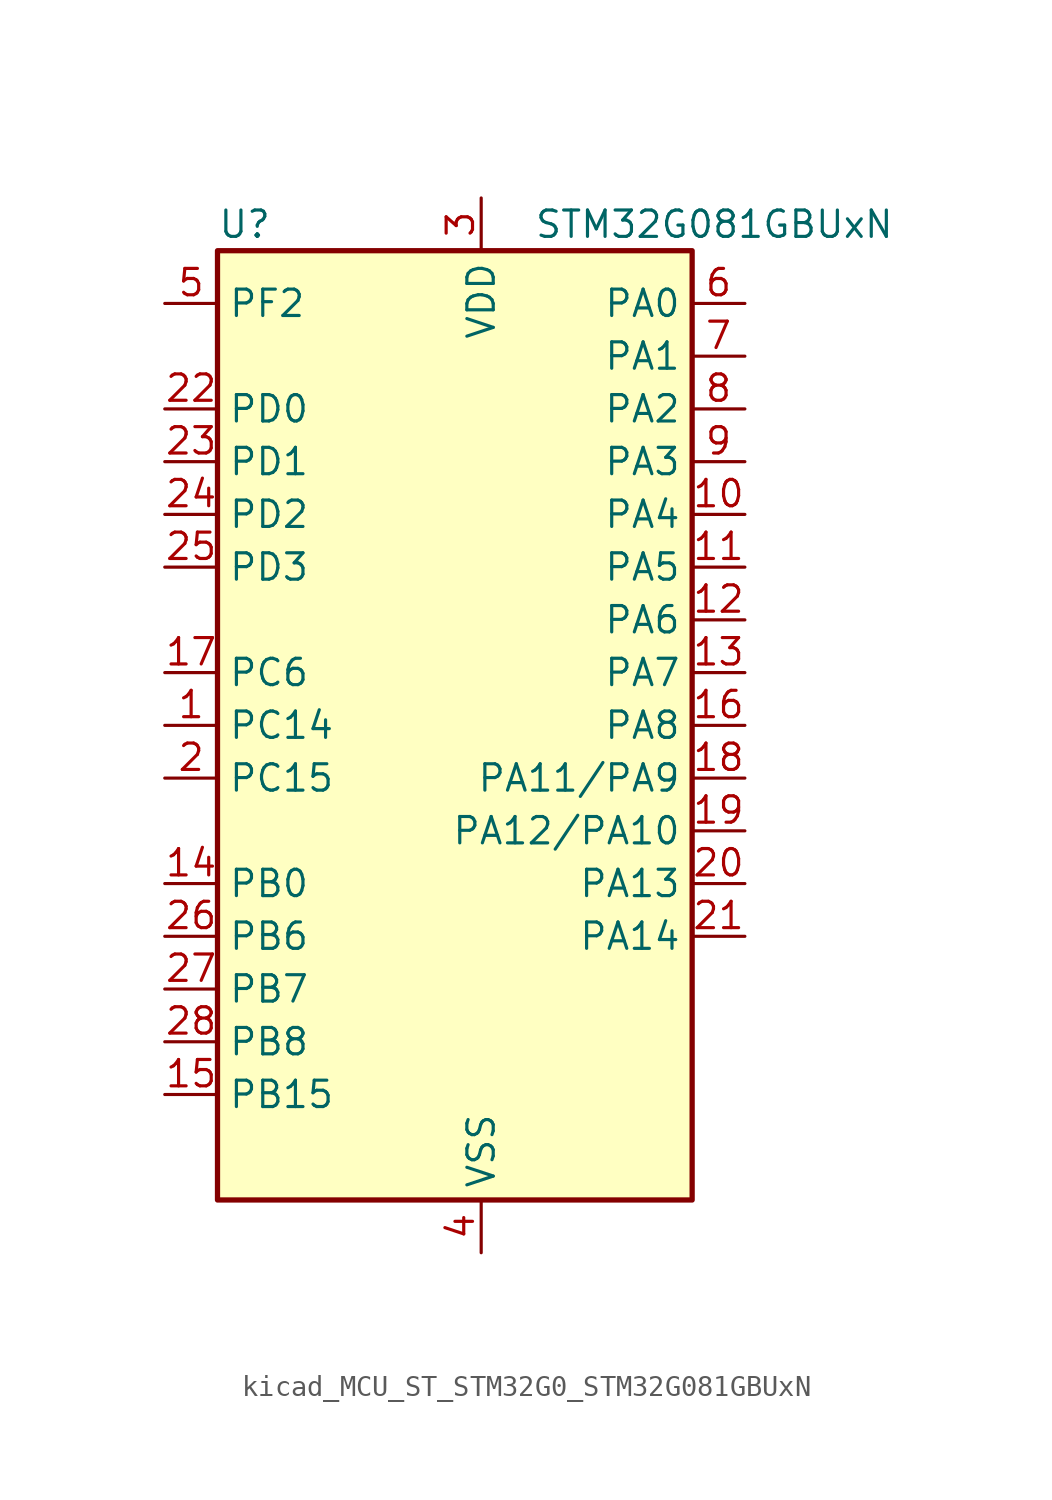
<source format=kicad_sym>
(kicad_symbol_lib
  (version 20220914)
  (generator kicad_symbol_editor)
  (symbol "kicad_MCU_ST_STM32G0_STM32G081GBUxN"
    (property "Reference" "U"
      (at -10.16 24.13 0)
      (effects (font (size 1.27 1.27)) (justify left)))
    (property "Value" "STM32G081GBUxN"
      (at 5.08 24.13 0)
      (effects (font (size 1.27 1.27)) (justify left)))
    (property "ki_locked" ""
      (at 0 0 0)
      (effects (font (size 1.27 1.27))))
    (symbol "kicad_MCU_ST_STM32G0_STM32G081GBUxN_0_1"
      (rectangle (start -10.16 -22.86) (end 12.7 22.86) (stroke (width 0.254) (type default)) (fill (type background))))
    (symbol "kicad_MCU_ST_STM32G0_STM32G081GBUxN_1_1"
      (pin bidirectional line (at -12.7 0 0) (length 2.54) (name "PC14" (effects (font (size 1.27 1.27)))) (number "1" (effects (font (size 1.27 1.27)))) (alternate "RCC_OSC32_IN" bidirectional line) (alternate "RCC_OSC_IN" bidirectional line) (alternate "TIM1_BK2" bidirectional line))
      (pin bidirectional line (at 15.24 10.16 180) (length 2.54) (name "PA4" (effects (font (size 1.27 1.27)))) (number "10" (effects (font (size 1.27 1.27)))) (alternate "ADC1_IN4" bidirectional line) (alternate "DAC1_OUT1" bidirectional line) (alternate "I2S1_WS" bidirectional line) (alternate "LPTIM2_OUT" bidirectional line) (alternate "RTC_OUT_ALARM" bidirectional line) (alternate "RTC_OUT_CALIB" bidirectional line) (alternate "RTC_TAMP_IN1" bidirectional line) (alternate "RTC_TS" bidirectional line) (alternate "SPI1_NSS" bidirectional line) (alternate "SPI2_MOSI" bidirectional line) (alternate "SYS_WKUP2" bidirectional line) (alternate "TIM14_CH1" bidirectional line) (alternate "UCPD2_FRSTX1" bidirectional line) (alternate "UCPD2_FRSTX2" bidirectional line))
      (pin bidirectional line (at 15.24 7.62 180) (length 2.54) (name "PA5" (effects (font (size 1.27 1.27)))) (number "11" (effects (font (size 1.27 1.27)))) (alternate "ADC1_IN5" bidirectional line) (alternate "CEC" bidirectional line) (alternate "DAC1_OUT2" bidirectional line) (alternate "I2S1_CK" bidirectional line) (alternate "LPTIM2_ETR" bidirectional line) (alternate "SPI1_SCK" bidirectional line) (alternate "TIM2_CH1" bidirectional line) (alternate "TIM2_ETR" bidirectional line) (alternate "UCPD1_FRSTX1" bidirectional line) (alternate "UCPD1_FRSTX2" bidirectional line) (alternate "USART3_TX" bidirectional line))
      (pin bidirectional line (at 15.24 5.08 180) (length 2.54) (name "PA6" (effects (font (size 1.27 1.27)))) (number "12" (effects (font (size 1.27 1.27)))) (alternate "ADC1_IN6" bidirectional line) (alternate "COMP1_OUT" bidirectional line) (alternate "I2S1_MCK" bidirectional line) (alternate "LPUART1_CTS" bidirectional line) (alternate "SPI1_MISO" bidirectional line) (alternate "TIM16_CH1" bidirectional line) (alternate "TIM1_BK" bidirectional line) (alternate "TIM3_CH1" bidirectional line) (alternate "USART3_CTS" bidirectional line) (alternate "USART3_NSS" bidirectional line))
      (pin bidirectional line (at 15.24 2.54 180) (length 2.54) (name "PA7" (effects (font (size 1.27 1.27)))) (number "13" (effects (font (size 1.27 1.27)))) (alternate "ADC1_IN7" bidirectional line) (alternate "COMP2_OUT" bidirectional line) (alternate "I2S1_SD" bidirectional line) (alternate "SPI1_MOSI" bidirectional line) (alternate "TIM14_CH1" bidirectional line) (alternate "TIM17_CH1" bidirectional line) (alternate "TIM1_CH1N" bidirectional line) (alternate "TIM3_CH2" bidirectional line) (alternate "UCPD1_FRSTX1" bidirectional line) (alternate "UCPD1_FRSTX2" bidirectional line))
      (pin bidirectional line (at -12.7 -7.62 0) (length 2.54) (name "PB0" (effects (font (size 1.27 1.27)))) (number "14" (effects (font (size 1.27 1.27)))) (alternate "ADC1_IN8" bidirectional line) (alternate "COMP1_OUT" bidirectional line) (alternate "I2S1_WS" bidirectional line) (alternate "LPTIM1_OUT" bidirectional line) (alternate "SPI1_NSS" bidirectional line) (alternate "TIM1_CH2N" bidirectional line) (alternate "TIM3_CH3" bidirectional line) (alternate "UCPD1_DBCC2" bidirectional line) (alternate "UCPD1_FRSTX1" bidirectional line) (alternate "UCPD1_FRSTX2" bidirectional line) (alternate "USART3_RX" bidirectional line))
      (pin bidirectional line (at -12.7 -17.78 0) (length 2.54) (name "PB15" (effects (font (size 1.27 1.27)))) (number "15" (effects (font (size 1.27 1.27)))) (alternate "RTC_REFIN" bidirectional line) (alternate "SPI2_MOSI" bidirectional line) (alternate "TIM15_CH1N" bidirectional line) (alternate "TIM15_CH2" bidirectional line) (alternate "TIM1_CH3N" bidirectional line) (alternate "UCPD1_CC2" bidirectional line))
      (pin bidirectional line (at 15.24 0 180) (length 2.54) (name "PA8" (effects (font (size 1.27 1.27)))) (number "16" (effects (font (size 1.27 1.27)))) (alternate "LPTIM2_OUT" bidirectional line) (alternate "RCC_MCO" bidirectional line) (alternate "SPI2_NSS" bidirectional line) (alternate "TIM1_CH1" bidirectional line) (alternate "UCPD1_CC1" bidirectional line))
      (pin bidirectional line (at -12.7 2.54 0) (length 2.54) (name "PC6" (effects (font (size 1.27 1.27)))) (number "17" (effects (font (size 1.27 1.27)))) (alternate "TIM2_CH3" bidirectional line) (alternate "TIM3_CH1" bidirectional line) (alternate "UCPD1_DBCC1" bidirectional line) (alternate "UCPD1_FRSTX1" bidirectional line) (alternate "UCPD1_FRSTX2" bidirectional line))
      (pin bidirectional line (at 15.24 -2.54 180) (length 2.54) (name "PA11/PA9" (effects (font (size 1.27 1.27)))) (number "18" (effects (font (size 1.27 1.27)))) (alternate "ADC1_EXTI11" bidirectional line) (alternate "COMP1_OUT" bidirectional line) (alternate "I2C2_SCL" bidirectional line) (alternate "I2S1_MCK" bidirectional line) (alternate "SPI1_MISO" bidirectional line) (alternate "TIM1_BK2" bidirectional line) (alternate "TIM1_CH4" bidirectional line) (alternate "USART1_CTS" bidirectional line) (alternate "USART1_NSS" bidirectional line))
      (pin bidirectional line (at 15.24 -5.08 180) (length 2.54) (name "PA12/PA10" (effects (font (size 1.27 1.27)))) (number "19" (effects (font (size 1.27 1.27)))) (alternate "COMP2_OUT" bidirectional line) (alternate "I2C2_SDA" bidirectional line) (alternate "I2S1_SD" bidirectional line) (alternate "I2S_CKIN" bidirectional line) (alternate "SPI1_MOSI" bidirectional line) (alternate "TIM1_ETR" bidirectional line) (alternate "USART1_CK" bidirectional line) (alternate "USART1_DE" bidirectional line) (alternate "USART1_RTS" bidirectional line))
      (pin bidirectional line (at -12.7 -2.54 0) (length 2.54) (name "PC15" (effects (font (size 1.27 1.27)))) (number "2" (effects (font (size 1.27 1.27)))) (alternate "RCC_OSC32_EN" bidirectional line) (alternate "RCC_OSC32_OUT" bidirectional line) (alternate "RCC_OSC_EN" bidirectional line) (alternate "TIM15_BK" bidirectional line))
      (pin bidirectional line (at 15.24 -7.62 180) (length 2.54) (name "PA13" (effects (font (size 1.27 1.27)))) (number "20" (effects (font (size 1.27 1.27)))) (alternate "IR_OUT" bidirectional line) (alternate "SYS_SWDIO" bidirectional line))
      (pin bidirectional line (at 15.24 -10.16 180) (length 2.54) (name "PA14" (effects (font (size 1.27 1.27)))) (number "21" (effects (font (size 1.27 1.27)))) (alternate "SYS_SWCLK" bidirectional line) (alternate "USART2_TX" bidirectional line))
      (pin bidirectional line (at -12.7 15.24 0) (length 2.54) (name "PD0" (effects (font (size 1.27 1.27)))) (number "22" (effects (font (size 1.27 1.27)))) (alternate "SPI2_NSS" bidirectional line) (alternate "TIM16_CH1" bidirectional line) (alternate "UCPD2_CC1" bidirectional line))
      (pin bidirectional line (at -12.7 12.7 0) (length 2.54) (name "PD1" (effects (font (size 1.27 1.27)))) (number "23" (effects (font (size 1.27 1.27)))) (alternate "SPI2_SCK" bidirectional line) (alternate "TIM17_CH1" bidirectional line) (alternate "UCPD2_DBCC1" bidirectional line))
      (pin bidirectional line (at -12.7 10.16 0) (length 2.54) (name "PD2" (effects (font (size 1.27 1.27)))) (number "24" (effects (font (size 1.27 1.27)))) (alternate "TIM1_CH1N" bidirectional line) (alternate "TIM3_ETR" bidirectional line) (alternate "UCPD2_CC2" bidirectional line) (alternate "USART3_CK" bidirectional line) (alternate "USART3_DE" bidirectional line) (alternate "USART3_RTS" bidirectional line))
      (pin bidirectional line (at -12.7 7.62 0) (length 2.54) (name "PD3" (effects (font (size 1.27 1.27)))) (number "25" (effects (font (size 1.27 1.27)))) (alternate "SPI2_MISO" bidirectional line) (alternate "TIM1_CH2N" bidirectional line) (alternate "UCPD2_DBCC2" bidirectional line) (alternate "USART2_CTS" bidirectional line) (alternate "USART2_NSS" bidirectional line))
      (pin bidirectional line (at -12.7 -10.16 0) (length 2.54) (name "PB6" (effects (font (size 1.27 1.27)))) (number "26" (effects (font (size 1.27 1.27)))) (alternate "COMP2_INP" bidirectional line) (alternate "I2C1_SCL" bidirectional line) (alternate "LPTIM1_ETR" bidirectional line) (alternate "SPI2_MISO" bidirectional line) (alternate "TIM16_CH1N" bidirectional line) (alternate "TIM1_CH3" bidirectional line) (alternate "USART1_TX" bidirectional line))
      (pin bidirectional line (at -12.7 -12.7 0) (length 2.54) (name "PB7" (effects (font (size 1.27 1.27)))) (number "27" (effects (font (size 1.27 1.27)))) (alternate "COMP2_INM" bidirectional line) (alternate "I2C1_SDA" bidirectional line) (alternate "LPTIM1_IN2" bidirectional line) (alternate "SPI2_MOSI" bidirectional line) (alternate "SYS_PVD_IN" bidirectional line) (alternate "TIM17_CH1N" bidirectional line) (alternate "USART1_RX" bidirectional line) (alternate "USART4_CTS" bidirectional line) (alternate "USART4_NSS" bidirectional line))
      (pin bidirectional line (at -12.7 -15.24 0) (length 2.54) (name "PB8" (effects (font (size 1.27 1.27)))) (number "28" (effects (font (size 1.27 1.27)))) (alternate "CEC" bidirectional line) (alternate "I2C1_SCL" bidirectional line) (alternate "SPI2_SCK" bidirectional line) (alternate "TIM15_BK" bidirectional line) (alternate "TIM16_CH1" bidirectional line) (alternate "USART3_TX" bidirectional line))
      (pin power_in line (at 2.54 25.4 270) (length 2.54) (name "VDD" (effects (font (size 1.27 1.27)))) (number "3" (effects (font (size 1.27 1.27)))))
      (pin power_in line (at 2.54 -25.4 90) (length 2.54) (name "VSS" (effects (font (size 1.27 1.27)))) (number "4" (effects (font (size 1.27 1.27)))))
      (pin bidirectional line (at -12.7 20.32 0) (length 2.54) (name "PF2" (effects (font (size 1.27 1.27)))) (number "5" (effects (font (size 1.27 1.27)))) (alternate "RCC_MCO" bidirectional line))
      (pin bidirectional line (at 15.24 20.32 180) (length 2.54) (name "PA0" (effects (font (size 1.27 1.27)))) (number "6" (effects (font (size 1.27 1.27)))) (alternate "ADC1_IN0" bidirectional line) (alternate "COMP1_INM" bidirectional line) (alternate "COMP1_OUT" bidirectional line) (alternate "LPTIM1_OUT" bidirectional line) (alternate "RTC_TAMP_IN2" bidirectional line) (alternate "SPI2_SCK" bidirectional line) (alternate "SYS_WKUP1" bidirectional line) (alternate "TIM2_CH1" bidirectional line) (alternate "TIM2_ETR" bidirectional line) (alternate "UCPD2_FRSTX1" bidirectional line) (alternate "UCPD2_FRSTX2" bidirectional line) (alternate "USART2_CTS" bidirectional line) (alternate "USART2_NSS" bidirectional line) (alternate "USART4_TX" bidirectional line))
      (pin bidirectional line (at 15.24 17.78 180) (length 2.54) (name "PA1" (effects (font (size 1.27 1.27)))) (number "7" (effects (font (size 1.27 1.27)))) (alternate "ADC1_IN1" bidirectional line) (alternate "COMP1_INP" bidirectional line) (alternate "I2C1_SMBA" bidirectional line) (alternate "I2S1_CK" bidirectional line) (alternate "SPI1_SCK" bidirectional line) (alternate "TIM15_CH1N" bidirectional line) (alternate "TIM2_CH2" bidirectional line) (alternate "USART2_CK" bidirectional line) (alternate "USART2_DE" bidirectional line) (alternate "USART2_RTS" bidirectional line) (alternate "USART4_RX" bidirectional line))
      (pin bidirectional line (at 15.24 15.24 180) (length 2.54) (name "PA2" (effects (font (size 1.27 1.27)))) (number "8" (effects (font (size 1.27 1.27)))) (alternate "ADC1_IN2" bidirectional line) (alternate "COMP2_INM" bidirectional line) (alternate "COMP2_OUT" bidirectional line) (alternate "I2S1_SD" bidirectional line) (alternate "LPUART1_TX" bidirectional line) (alternate "RCC_LSCO" bidirectional line) (alternate "SPI1_MOSI" bidirectional line) (alternate "SYS_WKUP4" bidirectional line) (alternate "TIM15_CH1" bidirectional line) (alternate "TIM2_CH3" bidirectional line) (alternate "UCPD1_FRSTX1" bidirectional line) (alternate "UCPD1_FRSTX2" bidirectional line) (alternate "USART2_TX" bidirectional line))
      (pin bidirectional line (at 15.24 12.7 180) (length 2.54) (name "PA3" (effects (font (size 1.27 1.27)))) (number "9" (effects (font (size 1.27 1.27)))) (alternate "ADC1_IN3" bidirectional line) (alternate "COMP2_INP" bidirectional line) (alternate "LPUART1_RX" bidirectional line) (alternate "SPI2_MISO" bidirectional line) (alternate "TIM15_CH2" bidirectional line) (alternate "TIM2_CH4" bidirectional line) (alternate "UCPD2_FRSTX1" bidirectional line) (alternate "UCPD2_FRSTX2" bidirectional line) (alternate "USART2_RX" bidirectional line)))))
</source>
